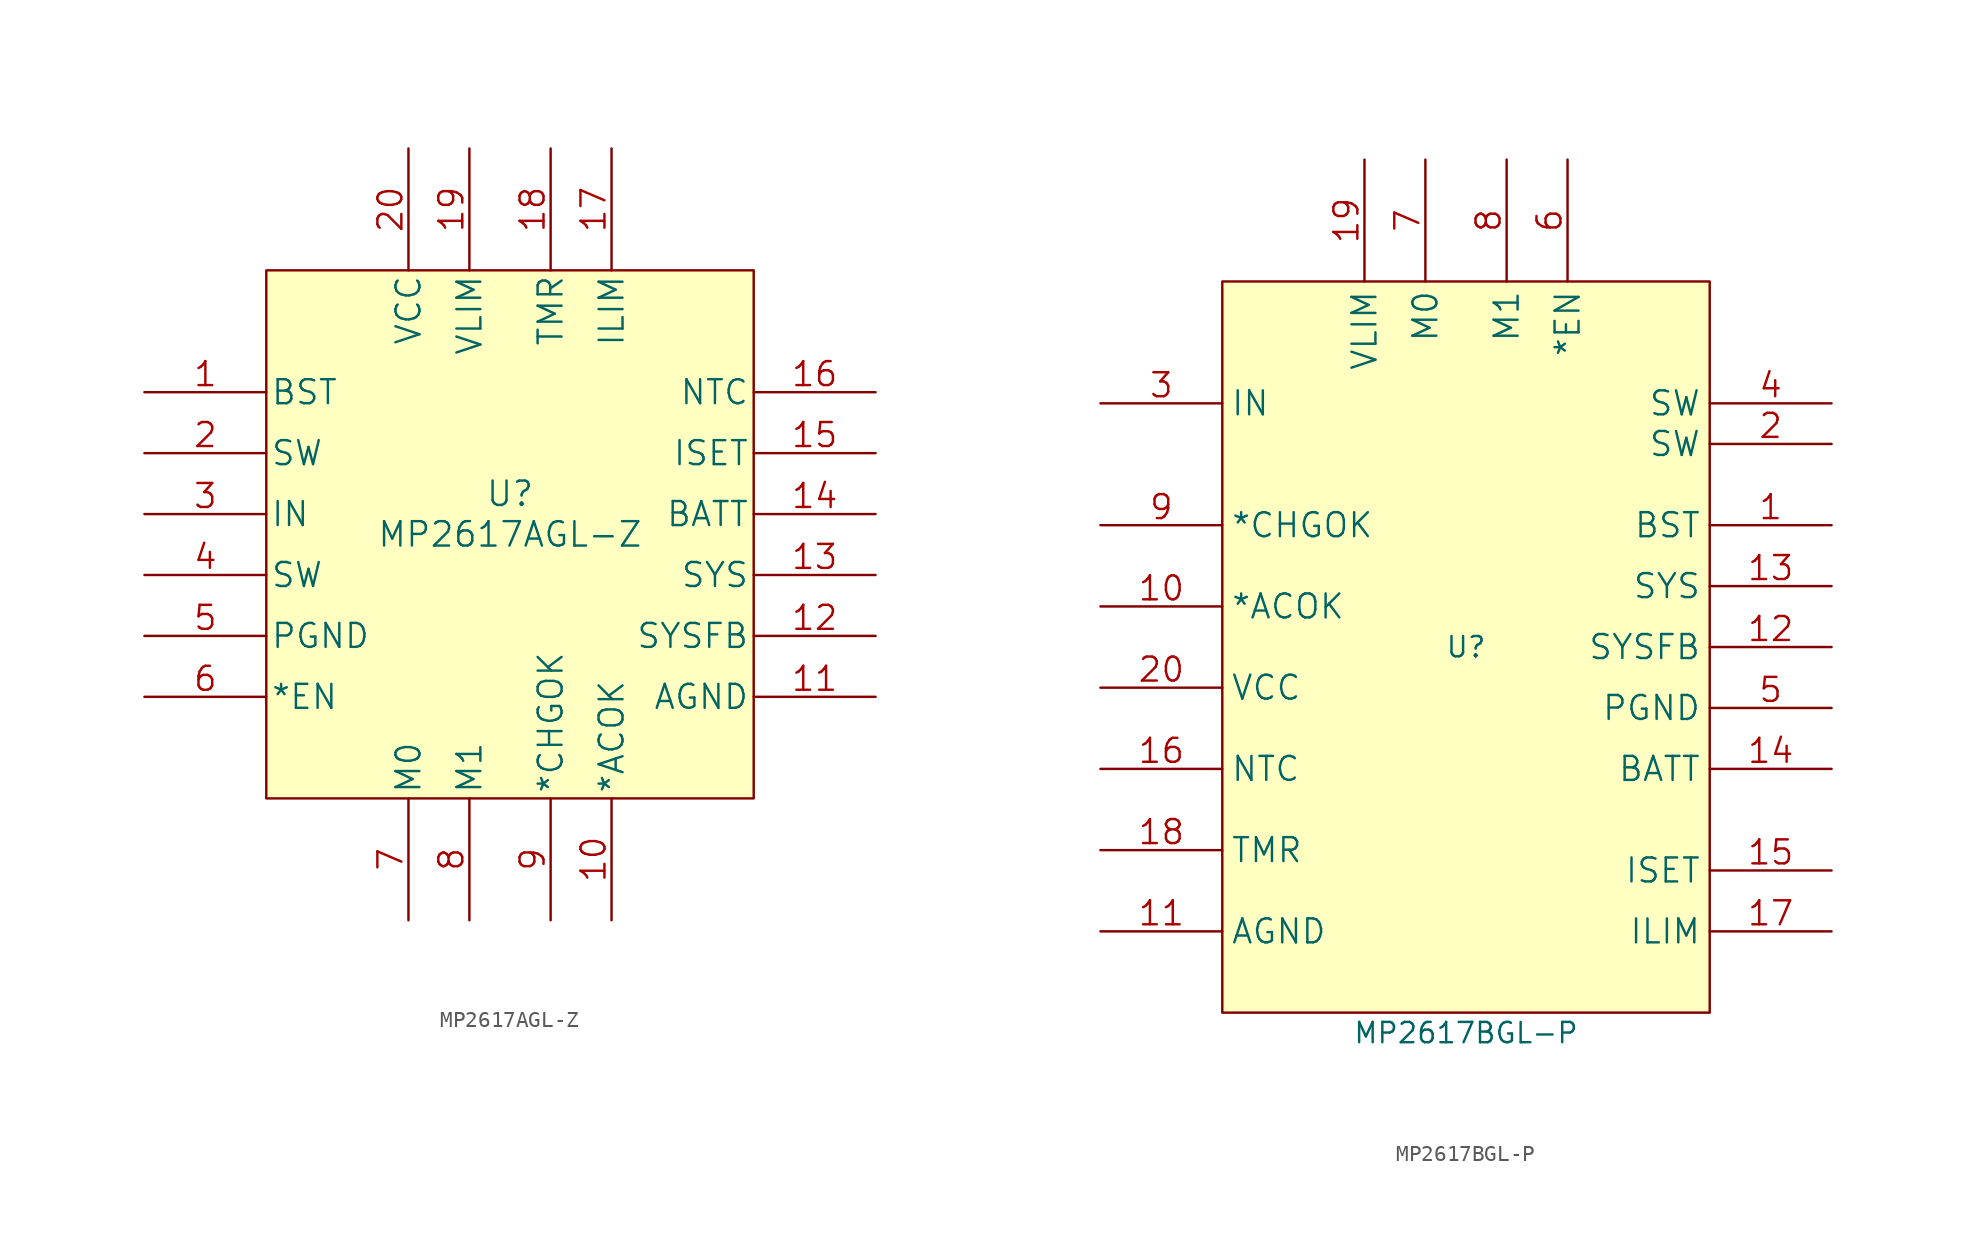
<source format=kicad_sym>
(kicad_symbol_lib
  (version 20210619)
  (generator kicad_symbol_editor)
  (symbol "MP:MP2617AGL-Z"
    (pin_names
      (offset 0.254))
    (property "Reference" "U"
      (at 22.86 -8.89 0)
      (effects (font (size 1.524 1.524))))
    (property "Value" "MP2617AGL-Z"
      (at 22.86 -11.43 0)
      (effects (font (size 1.524 1.524))))
    (property "Datasheet" ""
      (at 0 0 0)
      (effects (font (size 1.524 1.524))))
    (symbol "MP2617AGL-Z_0_1"
      (rectangle (start 7.62 5.08) (end 38.1 -27.94) (stroke (width 0.152)) (fill (type background))))
    (symbol "MP2617AGL-Z_1_1"
      (pin unspecified line (at 0 -2.54 0) (length 7.62) (name "BST" (effects (font (size 1.499 1.499)))) (number "1" (effects (font (size 1.499 1.499)))))
      (pin output line (at 29.21 -35.56 90) (length 7.62) (name "*ACOK" (effects (font (size 1.499 1.499)))) (number "10" (effects (font (size 1.499 1.499)))))
      (pin power_in line (at 45.72 -21.59 180) (length 7.62) (name "AGND" (effects (font (size 1.499 1.499)))) (number "11" (effects (font (size 1.499 1.499)))))
      (pin unspecified line (at 45.72 -17.78 180) (length 7.62) (name "SYSFB" (effects (font (size 1.499 1.499)))) (number "12" (effects (font (size 1.499 1.499)))))
      (pin output line (at 45.72 -13.97 180) (length 7.62) (name "SYS" (effects (font (size 1.499 1.499)))) (number "13" (effects (font (size 1.499 1.499)))))
      (pin power_in line (at 45.72 -10.16 180) (length 7.62) (name "BATT" (effects (font (size 1.499 1.499)))) (number "14" (effects (font (size 1.499 1.499)))))
      (pin unspecified line (at 45.72 -6.35 180) (length 7.62) (name "ISET" (effects (font (size 1.499 1.499)))) (number "15" (effects (font (size 1.499 1.499)))))
      (pin input line (at 45.72 -2.54 180) (length 7.62) (name "NTC" (effects (font (size 1.499 1.499)))) (number "16" (effects (font (size 1.499 1.499)))))
      (pin input line (at 29.21 12.7 270) (length 7.62) (name "ILIM" (effects (font (size 1.499 1.499)))) (number "17" (effects (font (size 1.499 1.499)))))
      (pin unspecified line (at 25.4 12.7 270) (length 7.62) (name "TMR" (effects (font (size 1.499 1.499)))) (number "18" (effects (font (size 1.499 1.499)))))
      (pin input line (at 20.32 12.7 270) (length 7.62) (name "VLIM" (effects (font (size 1.499 1.499)))) (number "19" (effects (font (size 1.499 1.499)))))
      (pin output line (at 0 -6.35 0) (length 7.62) (name "SW" (effects (font (size 1.499 1.499)))) (number "2" (effects (font (size 1.499 1.499)))))
      (pin power_in line (at 16.51 12.7 270) (length 7.62) (name "VCC" (effects (font (size 1.499 1.499)))) (number "20" (effects (font (size 1.499 1.499)))))
      (pin power_in line (at 0 -10.16 0) (length 7.62) (name "IN" (effects (font (size 1.499 1.499)))) (number "3" (effects (font (size 1.499 1.499)))))
      (pin output line (at 0 -13.97 0) (length 7.62) (name "SW" (effects (font (size 1.499 1.499)))) (number "4" (effects (font (size 1.499 1.499)))))
      (pin power_in line (at 0 -17.78 0) (length 7.62) (name "PGND" (effects (font (size 1.499 1.499)))) (number "5" (effects (font (size 1.499 1.499)))))
      (pin unspecified line (at 0 -21.59 0) (length 7.62) (name "*EN" (effects (font (size 1.499 1.499)))) (number "6" (effects (font (size 1.499 1.499)))))
      (pin input line (at 16.51 -35.56 90) (length 7.62) (name "M0" (effects (font (size 1.499 1.499)))) (number "7" (effects (font (size 1.499 1.499)))))
      (pin input line (at 20.32 -35.56 90) (length 7.62) (name "M1" (effects (font (size 1.499 1.499)))) (number "8" (effects (font (size 1.499 1.499)))))
      (pin output line (at 25.4 -35.56 90) (length 7.62) (name "*CHGOK" (effects (font (size 1.499 1.499)))) (number "9" (effects (font (size 1.499 1.499)))))))
  (symbol "MP:MP2617BGL-P"
    (property "Reference" "U"
      (at 0 -6.35 0)
      (effects (font (size 1.27 1.27))))
    (property "Value" "MP2617BGL-P"
      (at 0 -30.48 0)
      (effects (font (size 1.27 1.27))))
    (symbol "MP2617BGL-P_0_1"
      (rectangle (start -15.24 16.51) (end 15.24 -29.21) (stroke (width 0.152)) (fill (type background))))
    (symbol "MP2617BGL-P_1_1"
      (pin unspecified line (at 22.86 1.27 180) (length 7.62) (name "BST" (effects (font (size 1.499 1.499)))) (number "1" (effects (font (size 1.499 1.499)))))
      (pin output line (at -22.86 -3.81 0) (length 7.62) (name "*ACOK" (effects (font (size 1.499 1.499)))) (number "10" (effects (font (size 1.499 1.499)))))
      (pin power_in line (at -22.86 -24.13 0) (length 7.62) (name "AGND" (effects (font (size 1.499 1.499)))) (number "11" (effects (font (size 1.499 1.499)))))
      (pin unspecified line (at 22.86 -6.35 180) (length 7.62) (name "SYSFB" (effects (font (size 1.499 1.499)))) (number "12" (effects (font (size 1.499 1.499)))))
      (pin output line (at 22.86 -2.54 180) (length 7.62) (name "SYS" (effects (font (size 1.499 1.499)))) (number "13" (effects (font (size 1.499 1.499)))))
      (pin power_in line (at 22.86 -13.97 180) (length 7.62) (name "BATT" (effects (font (size 1.499 1.499)))) (number "14" (effects (font (size 1.499 1.499)))))
      (pin unspecified line (at 22.86 -20.32 180) (length 7.62) (name "ISET" (effects (font (size 1.499 1.499)))) (number "15" (effects (font (size 1.499 1.499)))))
      (pin input line (at -22.86 -13.97 0) (length 7.62) (name "NTC" (effects (font (size 1.499 1.499)))) (number "16" (effects (font (size 1.499 1.499)))))
      (pin input line (at 22.86 -24.13 180) (length 7.62) (name "ILIM" (effects (font (size 1.499 1.499)))) (number "17" (effects (font (size 1.499 1.499)))))
      (pin unspecified line (at -22.86 -19.05 0) (length 7.62) (name "TMR" (effects (font (size 1.499 1.499)))) (number "18" (effects (font (size 1.499 1.499)))))
      (pin input line (at -6.35 24.13 270) (length 7.62) (name "VLIM" (effects (font (size 1.499 1.499)))) (number "19" (effects (font (size 1.499 1.499)))))
      (pin output line (at 22.86 6.35 180) (length 7.62) (name "SW" (effects (font (size 1.499 1.499)))) (number "2" (effects (font (size 1.499 1.499)))))
      (pin power_in line (at -22.86 -8.89 0) (length 7.62) (name "VCC" (effects (font (size 1.499 1.499)))) (number "20" (effects (font (size 1.499 1.499)))))
      (pin power_in line (at -22.86 8.89 0) (length 7.62) (name "IN" (effects (font (size 1.499 1.499)))) (number "3" (effects (font (size 1.499 1.499)))))
      (pin output line (at 22.86 8.89 180) (length 7.62) (name "SW" (effects (font (size 1.499 1.499)))) (number "4" (effects (font (size 1.499 1.499)))))
      (pin power_in line (at 22.86 -10.16 180) (length 7.62) (name "PGND" (effects (font (size 1.499 1.499)))) (number "5" (effects (font (size 1.499 1.499)))))
      (pin unspecified line (at 6.35 24.13 270) (length 7.62) (name "*EN" (effects (font (size 1.499 1.499)))) (number "6" (effects (font (size 1.499 1.499)))))
      (pin input line (at -2.54 24.13 270) (length 7.62) (name "M0" (effects (font (size 1.499 1.499)))) (number "7" (effects (font (size 1.499 1.499)))))
      (pin input line (at 2.54 24.13 270) (length 7.62) (name "M1" (effects (font (size 1.499 1.499)))) (number "8" (effects (font (size 1.499 1.499)))))
      (pin output line (at -22.86 1.27 0) (length 7.62) (name "*CHGOK" (effects (font (size 1.499 1.499)))) (number "9" (effects (font (size 1.499 1.499))))))))
</source>
